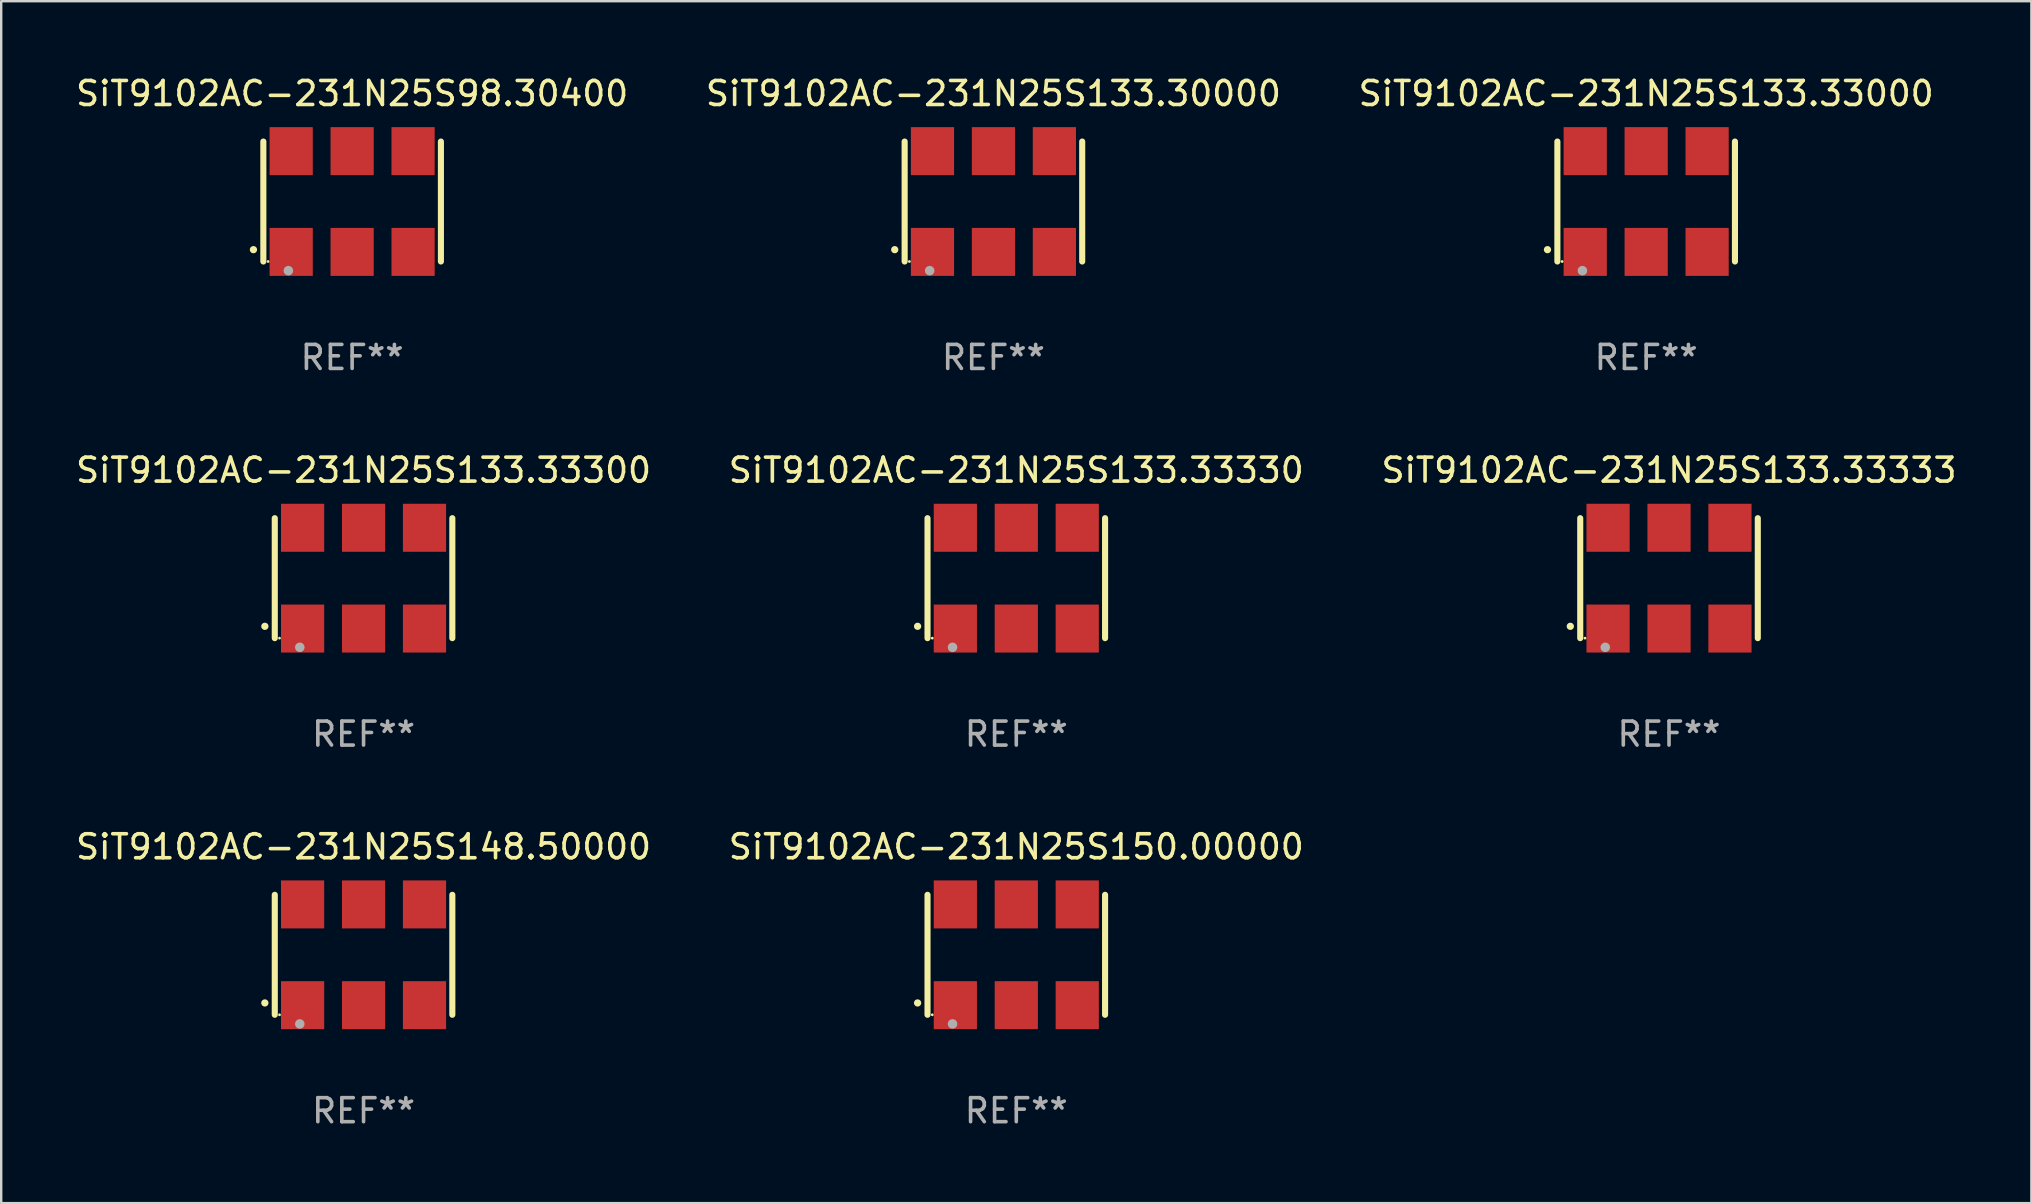
<source format=kicad_pcb>
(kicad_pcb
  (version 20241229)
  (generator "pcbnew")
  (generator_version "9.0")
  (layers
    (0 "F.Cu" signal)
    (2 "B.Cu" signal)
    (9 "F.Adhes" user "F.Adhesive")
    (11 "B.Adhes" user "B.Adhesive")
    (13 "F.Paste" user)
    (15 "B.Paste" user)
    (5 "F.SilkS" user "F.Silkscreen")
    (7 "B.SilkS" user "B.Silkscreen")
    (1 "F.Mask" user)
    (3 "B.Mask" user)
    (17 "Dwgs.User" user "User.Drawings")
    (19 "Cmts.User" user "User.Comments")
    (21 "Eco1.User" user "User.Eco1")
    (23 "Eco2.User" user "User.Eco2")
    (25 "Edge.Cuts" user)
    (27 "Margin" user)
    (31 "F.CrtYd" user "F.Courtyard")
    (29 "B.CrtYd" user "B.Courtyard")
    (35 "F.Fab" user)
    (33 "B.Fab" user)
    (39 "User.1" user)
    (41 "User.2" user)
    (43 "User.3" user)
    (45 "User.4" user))
  (footprint "SiT9102AC-231N25S98.30400"
    (layer "F.Cu")
    (at 11.625 5.348)
    (property "Reference" "SiT9102AC-231N25S98.30400" (at 0 -4.5 0) (layer "F.SilkS") (effects (font (size 1 1) (thickness 0.15))))
    (attr through_hole)
    (fp_line (start -3.7 -2.5) (end -3.7 2.5) (stroke (width 0.254) (type solid)) (layer "F.SilkS"))
    (fp_line (start 3.7 -2.5) (end 3.7 2.5) (stroke (width 0.254) (type solid)) (layer "F.SilkS"))
    (fp_arc (start -4.114415 2.006604) (mid -4.113145 2.006599) (end -4.111875 2.006604) (stroke (width 0.3) (type solid)) (layer "F.SilkS"))
    (fp_circle (center -3.502 2.5) (end -3.472 2.5) (stroke (width 0.06) (type solid)) (fill no) (layer "F.SilkS"))
    (fp_circle (center -2.657 2.882) (end -2.557 2.882) (stroke (width 0.2) (type solid)) (fill no) (layer "F.Fab"))
    (fp_text user "REF**" (at 0 6.5 0) (layer "F.Fab") (effects (font (size 1 1) (thickness 0.15))))
    (pad "1" smd rect (at -2.54 2.1) (size 1.8 2) (layers "F.Cu" "F.Mask" "F.Paste"))
    (pad "2" smd rect (at 0.000394 2.1) (size 1.8 2) (layers "F.Cu" "F.Mask" "F.Paste"))
    (pad "3" smd rect (at 2.54 2.1) (size 1.8 2) (layers "F.Cu" "F.Mask" "F.Paste"))
    (pad "4" smd rect (at 2.54 -2.1) (size 1.8 2) (layers "F.Cu" "F.Mask" "F.Paste"))
    (pad "5" smd rect (at 0.000394 -2.1) (size 1.8 2) (layers "F.Cu" "F.Mask" "F.Paste"))
    (pad "6" smd rect (at -2.54 -2.1) (size 1.8 2) (layers "F.Cu" "F.Mask" "F.Paste")))
  (footprint "SiT9102AC-231N25S133.33000"
    (layer "F.Cu")
    (at 65.554 5.348)
    (property "Reference" "SiT9102AC-231N25S133.33000" (at 0 -4.5 0) (layer "F.SilkS") (effects (font (size 1 1) (thickness 0.15))))
    (attr through_hole)
    (fp_line (start -3.7 -2.5) (end -3.7 2.5) (stroke (width 0.254) (type solid)) (layer "F.SilkS"))
    (fp_line (start 3.7 -2.5) (end 3.7 2.5) (stroke (width 0.254) (type solid)) (layer "F.SilkS"))
    (fp_arc (start -4.114415 2.006604) (mid -4.113145 2.006599) (end -4.111875 2.006604) (stroke (width 0.3) (type solid)) (layer "F.SilkS"))
    (fp_circle (center -3.502 2.5) (end -3.472 2.5) (stroke (width 0.06) (type solid)) (fill no) (layer "F.SilkS"))
    (fp_circle (center -2.657 2.882) (end -2.557 2.882) (stroke (width 0.2) (type solid)) (fill no) (layer "F.Fab"))
    (fp_text user "REF**" (at 0 6.5 0) (layer "F.Fab") (effects (font (size 1 1) (thickness 0.15))))
    (pad "1" smd rect (at -2.54 2.1) (size 1.8 2) (layers "F.Cu" "F.Mask" "F.Paste"))
    (pad "2" smd rect (at 0.000394 2.1) (size 1.8 2) (layers "F.Cu" "F.Mask" "F.Paste"))
    (pad "3" smd rect (at 2.54 2.1) (size 1.8 2) (layers "F.Cu" "F.Mask" "F.Paste"))
    (pad "4" smd rect (at 2.54 -2.1) (size 1.8 2) (layers "F.Cu" "F.Mask" "F.Paste"))
    (pad "5" smd rect (at 0.000394 -2.1) (size 1.8 2) (layers "F.Cu" "F.Mask" "F.Paste"))
    (pad "6" smd rect (at -2.54 -2.1) (size 1.8 2) (layers "F.Cu" "F.Mask" "F.Paste")))
  (footprint "SiT9102AC-231N25S133.33330"
    (layer "F.Cu")
    (at 39.304 21.045)
    (property "Reference" "SiT9102AC-231N25S133.33330" (at 0 -4.5 0) (layer "F.SilkS") (effects (font (size 1 1) (thickness 0.15))))
    (attr through_hole)
    (fp_line (start -3.7 -2.5) (end -3.7 2.5) (stroke (width 0.254) (type solid)) (layer "F.SilkS"))
    (fp_line (start 3.7 -2.5) (end 3.7 2.5) (stroke (width 0.254) (type solid)) (layer "F.SilkS"))
    (fp_arc (start -4.114415 2.006604) (mid -4.113145 2.006599) (end -4.111875 2.006604) (stroke (width 0.3) (type solid)) (layer "F.SilkS"))
    (fp_circle (center -3.502 2.5) (end -3.472 2.5) (stroke (width 0.06) (type solid)) (fill no) (layer "F.SilkS"))
    (fp_circle (center -2.657 2.882) (end -2.557 2.882) (stroke (width 0.2) (type solid)) (fill no) (layer "F.Fab"))
    (fp_text user "REF**" (at 0 6.5 0) (layer "F.Fab") (effects (font (size 1 1) (thickness 0.15))))
    (pad "1" smd rect (at -2.54 2.1) (size 1.8 2) (layers "F.Cu" "F.Mask" "F.Paste"))
    (pad "2" smd rect (at 0.000394 2.1) (size 1.8 2) (layers "F.Cu" "F.Mask" "F.Paste"))
    (pad "3" smd rect (at 2.54 2.1) (size 1.8 2) (layers "F.Cu" "F.Mask" "F.Paste"))
    (pad "4" smd rect (at 2.54 -2.1) (size 1.8 2) (layers "F.Cu" "F.Mask" "F.Paste"))
    (pad "5" smd rect (at 0.000394 -2.1) (size 1.8 2) (layers "F.Cu" "F.Mask" "F.Paste"))
    (pad "6" smd rect (at -2.54 -2.1) (size 1.8 2) (layers "F.Cu" "F.Mask" "F.Paste")))
  (footprint "SiT9102AC-231N25S133.33300"
    (layer "F.Cu")
    (at 12.101 21.045)
    (property "Reference" "SiT9102AC-231N25S133.33300" (at 0 -4.5 0) (layer "F.SilkS") (effects (font (size 1 1) (thickness 0.15))))
    (attr through_hole)
    (fp_line (start -3.7 -2.5) (end -3.7 2.5) (stroke (width 0.254) (type solid)) (layer "F.SilkS"))
    (fp_line (start 3.7 -2.5) (end 3.7 2.5) (stroke (width 0.254) (type solid)) (layer "F.SilkS"))
    (fp_arc (start -4.114415 2.006604) (mid -4.113145 2.006599) (end -4.111875 2.006604) (stroke (width 0.3) (type solid)) (layer "F.SilkS"))
    (fp_circle (center -3.502 2.5) (end -3.472 2.5) (stroke (width 0.06) (type solid)) (fill no) (layer "F.SilkS"))
    (fp_circle (center -2.657 2.882) (end -2.557 2.882) (stroke (width 0.2) (type solid)) (fill no) (layer "F.Fab"))
    (fp_text user "REF**" (at 0 6.5 0) (layer "F.Fab") (effects (font (size 1 1) (thickness 0.15))))
    (pad "1" smd rect (at -2.54 2.1) (size 1.8 2) (layers "F.Cu" "F.Mask" "F.Paste"))
    (pad "2" smd rect (at 0.000394 2.1) (size 1.8 2) (layers "F.Cu" "F.Mask" "F.Paste"))
    (pad "3" smd rect (at 2.54 2.1) (size 1.8 2) (layers "F.Cu" "F.Mask" "F.Paste"))
    (pad "4" smd rect (at 2.54 -2.1) (size 1.8 2) (layers "F.Cu" "F.Mask" "F.Paste"))
    (pad "5" smd rect (at 0.000394 -2.1) (size 1.8 2) (layers "F.Cu" "F.Mask" "F.Paste"))
    (pad "6" smd rect (at -2.54 -2.1) (size 1.8 2) (layers "F.Cu" "F.Mask" "F.Paste")))
  (footprint "SiT9102AC-231N25S133.30000"
    (layer "F.Cu")
    (at 38.351 5.348)
    (property "Reference" "SiT9102AC-231N25S133.30000" (at 0 -4.5 0) (layer "F.SilkS") (effects (font (size 1 1) (thickness 0.15))))
    (attr through_hole)
    (fp_line (start -3.7 -2.5) (end -3.7 2.5) (stroke (width 0.254) (type solid)) (layer "F.SilkS"))
    (fp_line (start 3.7 -2.5) (end 3.7 2.5) (stroke (width 0.254) (type solid)) (layer "F.SilkS"))
    (fp_arc (start -4.114415 2.006604) (mid -4.113145 2.006599) (end -4.111875 2.006604) (stroke (width 0.3) (type solid)) (layer "F.SilkS"))
    (fp_circle (center -3.502 2.5) (end -3.472 2.5) (stroke (width 0.06) (type solid)) (fill no) (layer "F.SilkS"))
    (fp_circle (center -2.657 2.882) (end -2.557 2.882) (stroke (width 0.2) (type solid)) (fill no) (layer "F.Fab"))
    (fp_text user "REF**" (at 0 6.5 0) (layer "F.Fab") (effects (font (size 1 1) (thickness 0.15))))
    (pad "1" smd rect (at -2.54 2.1) (size 1.8 2) (layers "F.Cu" "F.Mask" "F.Paste"))
    (pad "2" smd rect (at 0.000394 2.1) (size 1.8 2) (layers "F.Cu" "F.Mask" "F.Paste"))
    (pad "3" smd rect (at 2.54 2.1) (size 1.8 2) (layers "F.Cu" "F.Mask" "F.Paste"))
    (pad "4" smd rect (at 2.54 -2.1) (size 1.8 2) (layers "F.Cu" "F.Mask" "F.Paste"))
    (pad "5" smd rect (at 0.000394 -2.1) (size 1.8 2) (layers "F.Cu" "F.Mask" "F.Paste"))
    (pad "6" smd rect (at -2.54 -2.1) (size 1.8 2) (layers "F.Cu" "F.Mask" "F.Paste")))
  (footprint "SiT9102AC-231N25S150.00000"
    (layer "F.Cu")
    (at 39.304 36.741)
    (property "Reference" "SiT9102AC-231N25S150.00000" (at 0 -4.5 0) (layer "F.SilkS") (effects (font (size 1 1) (thickness 0.15))))
    (attr through_hole)
    (fp_line (start -3.7 -2.5) (end -3.7 2.5) (stroke (width 0.254) (type solid)) (layer "F.SilkS"))
    (fp_line (start 3.7 -2.5) (end 3.7 2.5) (stroke (width 0.254) (type solid)) (layer "F.SilkS"))
    (fp_arc (start -4.114415 2.006604) (mid -4.113145 2.006599) (end -4.111875 2.006604) (stroke (width 0.3) (type solid)) (layer "F.SilkS"))
    (fp_circle (center -3.502 2.5) (end -3.472 2.5) (stroke (width 0.06) (type solid)) (fill no) (layer "F.SilkS"))
    (fp_circle (center -2.657 2.882) (end -2.557 2.882) (stroke (width 0.2) (type solid)) (fill no) (layer "F.Fab"))
    (fp_text user "REF**" (at 0 6.5 0) (layer "F.Fab") (effects (font (size 1 1) (thickness 0.15))))
    (pad "1" smd rect (at -2.54 2.1) (size 1.8 2) (layers "F.Cu" "F.Mask" "F.Paste"))
    (pad "2" smd rect (at 0.000394 2.1) (size 1.8 2) (layers "F.Cu" "F.Mask" "F.Paste"))
    (pad "3" smd rect (at 2.54 2.1) (size 1.8 2) (layers "F.Cu" "F.Mask" "F.Paste"))
    (pad "4" smd rect (at 2.54 -2.1) (size 1.8 2) (layers "F.Cu" "F.Mask" "F.Paste"))
    (pad "5" smd rect (at 0.000394 -2.1) (size 1.8 2) (layers "F.Cu" "F.Mask" "F.Paste"))
    (pad "6" smd rect (at -2.54 -2.1) (size 1.8 2) (layers "F.Cu" "F.Mask" "F.Paste")))
  (footprint "SiT9102AC-231N25S148.50000"
    (layer "F.Cu")
    (at 12.101 36.741)
    (property "Reference" "SiT9102AC-231N25S148.50000" (at 0 -4.5 0) (layer "F.SilkS") (effects (font (size 1 1) (thickness 0.15))))
    (attr through_hole)
    (fp_line (start -3.7 -2.5) (end -3.7 2.5) (stroke (width 0.254) (type solid)) (layer "F.SilkS"))
    (fp_line (start 3.7 -2.5) (end 3.7 2.5) (stroke (width 0.254) (type solid)) (layer "F.SilkS"))
    (fp_arc (start -4.114415 2.006604) (mid -4.113145 2.006599) (end -4.111875 2.006604) (stroke (width 0.3) (type solid)) (layer "F.SilkS"))
    (fp_circle (center -3.502 2.5) (end -3.472 2.5) (stroke (width 0.06) (type solid)) (fill no) (layer "F.SilkS"))
    (fp_circle (center -2.657 2.882) (end -2.557 2.882) (stroke (width 0.2) (type solid)) (fill no) (layer "F.Fab"))
    (fp_text user "REF**" (at 0 6.5 0) (layer "F.Fab") (effects (font (size 1 1) (thickness 0.15))))
    (pad "1" smd rect (at -2.54 2.1) (size 1.8 2) (layers "F.Cu" "F.Mask" "F.Paste"))
    (pad "2" smd rect (at 0.000394 2.1) (size 1.8 2) (layers "F.Cu" "F.Mask" "F.Paste"))
    (pad "3" smd rect (at 2.54 2.1) (size 1.8 2) (layers "F.Cu" "F.Mask" "F.Paste"))
    (pad "4" smd rect (at 2.54 -2.1) (size 1.8 2) (layers "F.Cu" "F.Mask" "F.Paste"))
    (pad "5" smd rect (at 0.000394 -2.1) (size 1.8 2) (layers "F.Cu" "F.Mask" "F.Paste"))
    (pad "6" smd rect (at -2.54 -2.1) (size 1.8 2) (layers "F.Cu" "F.Mask" "F.Paste")))
  (footprint "SiT9102AC-231N25S133.33333"
    (layer "F.Cu")
    (at 66.506 21.045)
    (property "Reference" "SiT9102AC-231N25S133.33333" (at 0 -4.5 0) (layer "F.SilkS") (effects (font (size 1 1) (thickness 0.15))))
    (attr through_hole)
    (fp_line (start -3.7 -2.5) (end -3.7 2.5) (stroke (width 0.254) (type solid)) (layer "F.SilkS"))
    (fp_line (start 3.7 -2.5) (end 3.7 2.5) (stroke (width 0.254) (type solid)) (layer "F.SilkS"))
    (fp_arc (start -4.114415 2.006604) (mid -4.113145 2.006599) (end -4.111875 2.006604) (stroke (width 0.3) (type solid)) (layer "F.SilkS"))
    (fp_circle (center -3.502 2.5) (end -3.472 2.5) (stroke (width 0.06) (type solid)) (fill no) (layer "F.SilkS"))
    (fp_circle (center -2.657 2.882) (end -2.557 2.882) (stroke (width 0.2) (type solid)) (fill no) (layer "F.Fab"))
    (fp_text user "REF**" (at 0 6.5 0) (layer "F.Fab") (effects (font (size 1 1) (thickness 0.15))))
    (pad "1" smd rect (at -2.54 2.1) (size 1.8 2) (layers "F.Cu" "F.Mask" "F.Paste"))
    (pad "2" smd rect (at 0.000394 2.1) (size 1.8 2) (layers "F.Cu" "F.Mask" "F.Paste"))
    (pad "3" smd rect (at 2.54 2.1) (size 1.8 2) (layers "F.Cu" "F.Mask" "F.Paste"))
    (pad "4" smd rect (at 2.54 -2.1) (size 1.8 2) (layers "F.Cu" "F.Mask" "F.Paste"))
    (pad "5" smd rect (at 0.000394 -2.1) (size 1.8 2) (layers "F.Cu" "F.Mask" "F.Paste"))
    (pad "6" smd rect (at -2.54 -2.1) (size 1.8 2) (layers "F.Cu" "F.Mask" "F.Paste")))
  (gr_rect
    (start -3 -3)
    (end 81.607 47.09)
    (stroke (width 0.1) (type default))
    (fill no)
    (layer "Edge.Cuts")))
</source>
